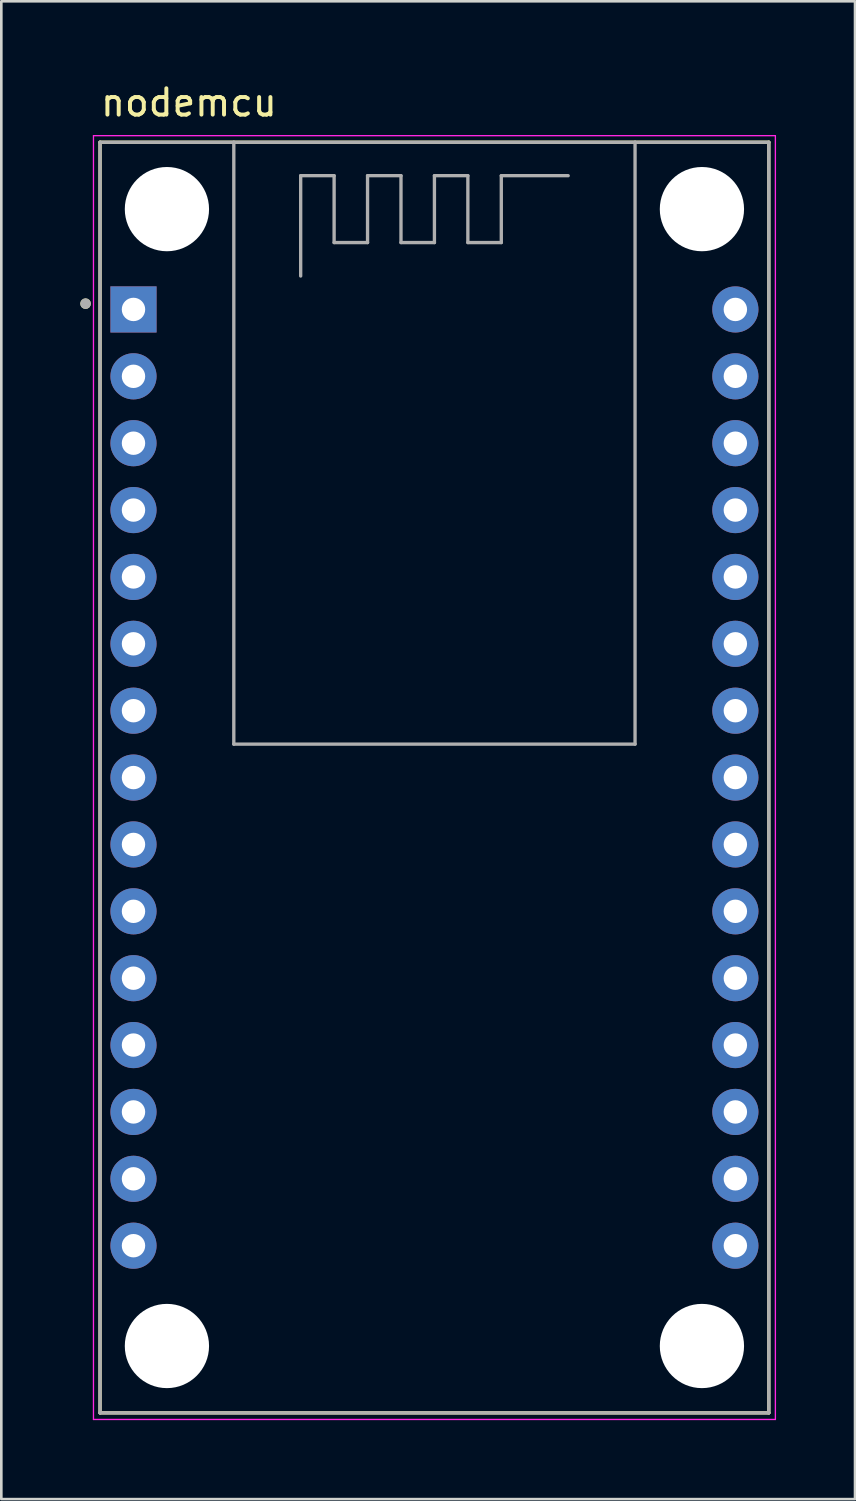
<source format=kicad_pcb>
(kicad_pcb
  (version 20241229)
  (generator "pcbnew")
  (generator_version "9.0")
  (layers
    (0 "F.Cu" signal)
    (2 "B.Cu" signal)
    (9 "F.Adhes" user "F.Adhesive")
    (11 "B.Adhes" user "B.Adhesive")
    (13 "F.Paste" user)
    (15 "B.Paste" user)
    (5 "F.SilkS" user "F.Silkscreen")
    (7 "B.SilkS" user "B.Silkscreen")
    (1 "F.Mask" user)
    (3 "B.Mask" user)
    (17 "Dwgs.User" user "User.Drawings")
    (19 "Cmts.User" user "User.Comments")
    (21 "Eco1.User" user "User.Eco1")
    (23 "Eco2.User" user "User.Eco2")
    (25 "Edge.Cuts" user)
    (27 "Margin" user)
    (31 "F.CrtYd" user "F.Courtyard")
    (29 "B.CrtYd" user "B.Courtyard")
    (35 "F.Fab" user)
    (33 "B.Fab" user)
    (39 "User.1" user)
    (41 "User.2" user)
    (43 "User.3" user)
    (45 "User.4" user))
  (footprint "nodemcu"
    (layer "F.Cu")
    (at 13.45 26.483)
    (property "Reference" "nodemcu" (at -9.325 -25.635 0) (layer "F.SilkS") (effects (font (size 1 1) (thickness 0.15))))
    (attr through_hole)
    (fp_line (start -12.7 -24.13) (end 12.7 -24.13) (stroke (width 0.127) (type solid)) (layer "F.SilkS"))
    (fp_line (start -12.7 24.13) (end -12.7 -24.13) (stroke (width 0.127) (type solid)) (layer "F.SilkS"))
    (fp_line (start -12.7 24.13) (end 12.7 24.13) (stroke (width 0.127) (type solid)) (layer "F.SilkS"))
    (fp_line (start 12.7 -24.13) (end 12.7 24.13) (stroke (width 0.127) (type solid)) (layer "F.SilkS"))
    (fp_circle (center -13.25 -18) (end -13.15 -18) (stroke (width 0.2) (type solid)) (fill no) (layer "F.SilkS"))
    (fp_line (start -12.95 -24.38) (end 12.95 -24.38) (stroke (width 0.05) (type solid)) (layer "F.CrtYd"))
    (fp_line (start -12.95 24.38) (end -12.95 -24.38) (stroke (width 0.05) (type solid)) (layer "F.CrtYd"))
    (fp_line (start 12.95 -24.38) (end 12.95 24.38) (stroke (width 0.05) (type solid)) (layer "F.CrtYd"))
    (fp_line (start 12.95 24.38) (end -12.95 24.38) (stroke (width 0.05) (type solid)) (layer "F.CrtYd"))
    (fp_line (start -12.7 -24.13) (end -7.62 -24.13) (stroke (width 0.127) (type solid)) (layer "F.Fab"))
    (fp_line (start -12.7 24.13) (end -12.7 -24.13) (stroke (width 0.127) (type solid)) (layer "F.Fab"))
    (fp_line (start -12.7 24.13) (end 12.7 24.13) (stroke (width 0.127) (type solid)) (layer "F.Fab"))
    (fp_line (start -7.62 -24.13) (end -7.62 -1.27) (stroke (width 0.127) (type solid)) (layer "F.Fab"))
    (fp_line (start -7.62 -24.13) (end 7.62 -24.13) (stroke (width 0.127) (type solid)) (layer "F.Fab"))
    (fp_line (start -7.62 -1.27) (end 7.62 -1.27) (stroke (width 0.127) (type solid)) (layer "F.Fab"))
    (fp_line (start -5.08 -22.86) (end -3.81 -22.86) (stroke (width 0.127) (type solid)) (layer "F.Fab"))
    (fp_line (start -5.08 -19.05) (end -5.08 -22.86) (stroke (width 0.127) (type solid)) (layer "F.Fab"))
    (fp_line (start -3.81 -22.86) (end -3.81 -20.32) (stroke (width 0.127) (type solid)) (layer "F.Fab"))
    (fp_line (start -3.81 -20.32) (end -2.54 -20.32) (stroke (width 0.127) (type solid)) (layer "F.Fab"))
    (fp_line (start -2.54 -22.86) (end -1.27 -22.86) (stroke (width 0.127) (type solid)) (layer "F.Fab"))
    (fp_line (start -2.54 -20.32) (end -2.54 -22.86) (stroke (width 0.127) (type solid)) (layer "F.Fab"))
    (fp_line (start -1.27 -22.86) (end -1.27 -20.32) (stroke (width 0.127) (type solid)) (layer "F.Fab"))
    (fp_line (start -1.27 -20.32) (end 0 -20.32) (stroke (width 0.127) (type solid)) (layer "F.Fab"))
    (fp_line (start 0 -22.86) (end 1.27 -22.86) (stroke (width 0.127) (type solid)) (layer "F.Fab"))
    (fp_line (start 0 -20.32) (end 0 -22.86) (stroke (width 0.127) (type solid)) (layer "F.Fab"))
    (fp_line (start 1.27 -22.86) (end 1.27 -20.32) (stroke (width 0.127) (type solid)) (layer "F.Fab"))
    (fp_line (start 1.27 -20.32) (end 2.54 -20.32) (stroke (width 0.127) (type solid)) (layer "F.Fab"))
    (fp_line (start 2.54 -22.86) (end 5.08 -22.86) (stroke (width 0.127) (type solid)) (layer "F.Fab"))
    (fp_line (start 2.54 -20.32) (end 2.54 -22.86) (stroke (width 0.127) (type solid)) (layer "F.Fab"))
    (fp_line (start 7.62 -24.13) (end 12.7 -24.13) (stroke (width 0.127) (type solid)) (layer "F.Fab"))
    (fp_line (start 7.62 -1.27) (end 7.62 -24.13) (stroke (width 0.127) (type solid)) (layer "F.Fab"))
    (fp_line (start 12.7 -24.13) (end 12.7 24.13) (stroke (width 0.127) (type solid)) (layer "F.Fab"))
    (fp_circle (center -13.25 -18) (end -13.15 -18) (stroke (width 0.2) (type solid)) (fill no) (layer "F.Fab"))
    (pad "" np_thru_hole circle (at -10.16 -21.59) (size 3.2 3.2) (drill 3.2) (layers "*.Cu" "*.Mask"))
    (pad "" np_thru_hole circle (at -10.16 21.59) (size 3.2 3.2) (drill 3.2) (layers "*.Cu" "*.Mask"))
    (pad "" np_thru_hole circle (at 10.16 -21.59) (size 3.2 3.2) (drill 3.2) (layers "*.Cu" "*.Mask"))
    (pad "" np_thru_hole circle (at 10.16 21.59) (size 3.2 3.2) (drill 3.2) (layers "*.Cu" "*.Mask"))
    (pad "1" thru_hole rect (at -11.43 -17.78) (size 1.753 1.753) (drill 0.889) (layers "*.Cu" "*.Mask"))
    (pad "2" thru_hole circle (at -11.43 -15.24) (size 1.753 1.753) (drill 0.889) (layers "*.Cu" "*.Mask"))
    (pad "3" thru_hole circle (at -11.43 -12.7) (size 1.753 1.753) (drill 0.889) (layers "*.Cu" "*.Mask"))
    (pad "4" thru_hole circle (at -11.43 -10.16) (size 1.753 1.753) (drill 0.889) (layers "*.Cu" "*.Mask"))
    (pad "5" thru_hole circle (at -11.43 -7.62) (size 1.753 1.753) (drill 0.889) (layers "*.Cu" "*.Mask"))
    (pad "6" thru_hole circle (at -11.43 -5.08) (size 1.753 1.753) (drill 0.889) (layers "*.Cu" "*.Mask"))
    (pad "7" thru_hole circle (at -11.43 -2.54) (size 1.753 1.753) (drill 0.889) (layers "*.Cu" "*.Mask"))
    (pad "8" thru_hole circle (at -11.43 0) (size 1.753 1.753) (drill 0.889) (layers "*.Cu" "*.Mask"))
    (pad "9" thru_hole circle (at -11.43 2.54) (size 1.753 1.753) (drill 0.889) (layers "*.Cu" "*.Mask"))
    (pad "10" thru_hole circle (at -11.43 5.08) (size 1.753 1.753) (drill 0.889) (layers "*.Cu" "*.Mask"))
    (pad "11" thru_hole circle (at -11.43 7.62) (size 1.753 1.753) (drill 0.889) (layers "*.Cu" "*.Mask"))
    (pad "12" thru_hole circle (at -11.43 10.16) (size 1.753 1.753) (drill 0.889) (layers "*.Cu" "*.Mask"))
    (pad "13" thru_hole circle (at -11.43 12.7) (size 1.753 1.753) (drill 0.889) (layers "*.Cu" "*.Mask"))
    (pad "14" thru_hole circle (at -11.43 15.24) (size 1.753 1.753) (drill 0.889) (layers "*.Cu" "*.Mask"))
    (pad "15" thru_hole circle (at -11.43 17.78) (size 1.753 1.753) (drill 0.889) (layers "*.Cu" "*.Mask"))
    (pad "16" thru_hole circle (at 11.43 17.78) (size 1.753 1.753) (drill 0.889) (layers "*.Cu" "*.Mask"))
    (pad "17" thru_hole circle (at 11.43 15.24) (size 1.753 1.753) (drill 0.889) (layers "*.Cu" "*.Mask"))
    (pad "18" thru_hole circle (at 11.43 12.7) (size 1.753 1.753) (drill 0.889) (layers "*.Cu" "*.Mask"))
    (pad "19" thru_hole circle (at 11.43 10.16) (size 1.753 1.753) (drill 0.889) (layers "*.Cu" "*.Mask"))
    (pad "20" thru_hole circle (at 11.43 7.62) (size 1.753 1.753) (drill 0.889) (layers "*.Cu" "*.Mask"))
    (pad "21" thru_hole circle (at 11.43 5.08) (size 1.753 1.753) (drill 0.889) (layers "*.Cu" "*.Mask"))
    (pad "22" thru_hole circle (at 11.43 2.54) (size 1.753 1.753) (drill 0.889) (layers "*.Cu" "*.Mask"))
    (pad "23" thru_hole circle (at 11.43 0) (size 1.753 1.753) (drill 0.889) (layers "*.Cu" "*.Mask"))
    (pad "24" thru_hole circle (at 11.43 -2.54) (size 1.753 1.753) (drill 0.889) (layers "*.Cu" "*.Mask"))
    (pad "25" thru_hole circle (at 11.43 -5.08) (size 1.753 1.753) (drill 0.889) (layers "*.Cu" "*.Mask"))
    (pad "26" thru_hole circle (at 11.43 -7.62) (size 1.753 1.753) (drill 0.889) (layers "*.Cu" "*.Mask"))
    (pad "27" thru_hole circle (at 11.43 -10.16) (size 1.753 1.753) (drill 0.889) (layers "*.Cu" "*.Mask"))
    (pad "28" thru_hole circle (at 11.43 -12.7) (size 1.753 1.753) (drill 0.889) (layers "*.Cu" "*.Mask"))
    (pad "29" thru_hole circle (at 11.43 -15.24) (size 1.753 1.753) (drill 0.889) (layers "*.Cu" "*.Mask"))
    (pad "30" thru_hole circle (at 11.43 -17.78) (size 1.753 1.753) (drill 0.889) (layers "*.Cu" "*.Mask")))
  (gr_rect
    (start -3 -3)
    (end 29.425 53.888)
    (stroke (width 0.1) (type default))
    (fill no)
    (layer "Edge.Cuts")))
</source>
